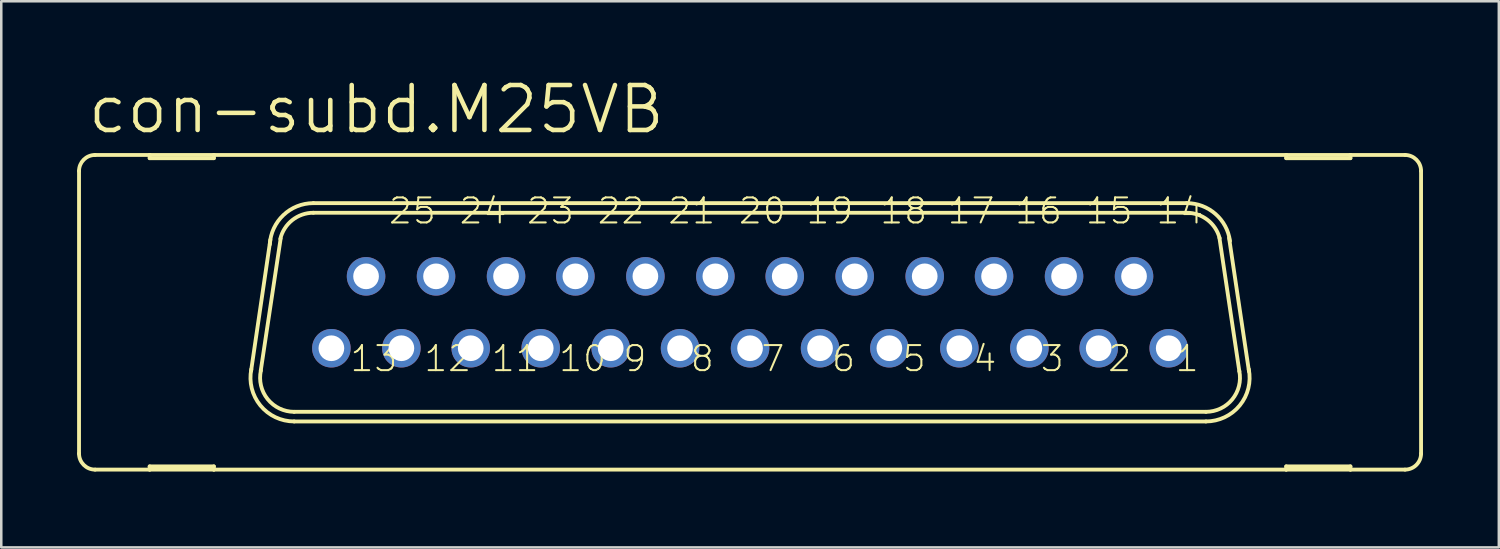
<source format=kicad_pcb>
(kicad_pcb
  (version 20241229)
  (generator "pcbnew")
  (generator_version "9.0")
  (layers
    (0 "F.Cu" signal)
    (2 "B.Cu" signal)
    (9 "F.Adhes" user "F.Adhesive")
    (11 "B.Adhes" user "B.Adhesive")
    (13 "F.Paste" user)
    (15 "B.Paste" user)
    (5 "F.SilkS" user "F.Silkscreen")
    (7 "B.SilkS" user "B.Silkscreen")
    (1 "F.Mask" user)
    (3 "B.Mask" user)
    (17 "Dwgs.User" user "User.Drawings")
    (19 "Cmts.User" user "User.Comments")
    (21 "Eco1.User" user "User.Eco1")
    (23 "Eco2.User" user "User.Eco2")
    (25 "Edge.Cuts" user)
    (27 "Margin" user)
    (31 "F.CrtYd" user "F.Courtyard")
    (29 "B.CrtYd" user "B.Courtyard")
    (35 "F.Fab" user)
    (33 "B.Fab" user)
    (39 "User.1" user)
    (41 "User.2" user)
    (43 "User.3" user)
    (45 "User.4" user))
  (footprint "con-subd.M25VB"
    (layer "F.Cu")
    (at 26.619 9.303)
    (property "Reference" "con-subd.M25VB" (at -26.289 -6.985 0) (layer "F.SilkS") (effects (font (size 1.778 1.778) (thickness 0.18)) (justify left bottom)))
    (attr through_hole)
    (fp_line (start -26.543 5.588) (end -26.543 -5.588) (stroke (width 0.152) (type default)) (layer "F.SilkS"))
    (fp_line (start -25.908 6.223) (end -23.749 6.223) (stroke (width 0.152) (type default)) (layer "F.SilkS"))
    (fp_line (start -23.749 -6.223) (end -25.908 -6.223) (stroke (width 0.152) (type default)) (layer "F.SilkS"))
    (fp_line (start -23.749 -6.096) (end -23.749 -6.223) (stroke (width 0.152) (type default)) (layer "F.SilkS"))
    (fp_line (start -23.749 6.096) (end -23.749 6.223) (stroke (width 0.152) (type default)) (layer "F.SilkS"))
    (fp_line (start -23.749 6.223) (end -21.209 6.223) (stroke (width 0.152) (type default)) (layer "F.SilkS"))
    (fp_line (start -21.209 -6.223) (end -23.749 -6.223) (stroke (width 0.152) (type default)) (layer "F.SilkS"))
    (fp_line (start -21.209 -6.223) (end -21.209 -6.096) (stroke (width 0.152) (type default)) (layer "F.SilkS"))
    (fp_line (start -21.209 -6.096) (end -23.749 -6.096) (stroke (width 0.152) (type default)) (layer "F.SilkS"))
    (fp_line (start -21.209 6.096) (end -23.749 6.096) (stroke (width 0.152) (type default)) (layer "F.SilkS"))
    (fp_line (start -21.209 6.223) (end -21.209 6.096) (stroke (width 0.152) (type default)) (layer "F.SilkS"))
    (fp_line (start -21.209 6.223) (end 21.209 6.223) (stroke (width 0.152) (type default)) (layer "F.SilkS"))
    (fp_line (start -19.736 2.311) (end -18.974 -2.87) (stroke (width 0.152) (type default)) (layer "F.SilkS"))
    (fp_line (start -19.355 2.311) (end -18.567 -2.921) (stroke (width 0.152) (type default)) (layer "F.SilkS"))
    (fp_line (start 17.272 -4.318) (end -17.272 -4.318) (stroke (width 0.152) (type default)) (layer "F.SilkS"))
    (fp_line (start 17.272 -3.937) (end -17.272 -3.937) (stroke (width 0.152) (type default)) (layer "F.SilkS"))
    (fp_line (start 18.034 3.937) (end -18.034 3.937) (stroke (width 0.152) (type default)) (layer "F.SilkS"))
    (fp_line (start 18.034 4.318) (end -18.034 4.318) (stroke (width 0.152) (type default)) (layer "F.SilkS"))
    (fp_line (start 18.567 -2.946) (end 19.355 2.337) (stroke (width 0.152) (type default)) (layer "F.SilkS"))
    (fp_line (start 18.948 -2.946) (end 19.736 2.337) (stroke (width 0.152) (type default)) (layer "F.SilkS"))
    (fp_line (start 21.209 -6.223) (end -21.209 -6.223) (stroke (width 0.152) (type default)) (layer "F.SilkS"))
    (fp_line (start 21.209 -6.096) (end 21.209 -6.223) (stroke (width 0.152) (type default)) (layer "F.SilkS"))
    (fp_line (start 21.209 6.096) (end 21.209 6.223) (stroke (width 0.152) (type default)) (layer "F.SilkS"))
    (fp_line (start 21.209 6.223) (end 23.749 6.223) (stroke (width 0.152) (type default)) (layer "F.SilkS"))
    (fp_line (start 23.749 -6.223) (end 21.209 -6.223) (stroke (width 0.152) (type default)) (layer "F.SilkS"))
    (fp_line (start 23.749 -6.223) (end 23.749 -6.096) (stroke (width 0.152) (type default)) (layer "F.SilkS"))
    (fp_line (start 23.749 -6.096) (end 21.209 -6.096) (stroke (width 0.152) (type default)) (layer "F.SilkS"))
    (fp_line (start 23.749 6.096) (end 21.209 6.096) (stroke (width 0.152) (type default)) (layer "F.SilkS"))
    (fp_line (start 23.749 6.223) (end 23.749 6.096) (stroke (width 0.152) (type default)) (layer "F.SilkS"))
    (fp_line (start 23.749 6.223) (end 25.908 6.223) (stroke (width 0.152) (type default)) (layer "F.SilkS"))
    (fp_line (start 25.908 -6.223) (end 23.749 -6.223) (stroke (width 0.152) (type default)) (layer "F.SilkS"))
    (fp_line (start 26.543 5.588) (end 26.543 -5.588) (stroke (width 0.152) (type default)) (layer "F.SilkS"))
    (fp_arc (start -26.543 -5.588) (mid -26.357013 -6.037013) (end -25.908 -6.223) (stroke (width 0.1524) (type default)) (layer "F.SilkS"))
    (fp_arc (start -25.908 6.223) (mid -26.357013 6.037013) (end -26.543 5.588) (stroke (width 0.1524) (type default)) (layer "F.SilkS"))
    (fp_arc (start -18.9963 -2.6849) (mid -18.459366 -3.844828) (end -17.272 -4.318) (stroke (width 0.1524) (type default)) (layer "F.SilkS"))
    (fp_arc (start -18.5807 -2.905) (mid -18.105256 -3.647874) (end -17.272 -3.937) (stroke (width 0.1524) (type default)) (layer "F.SilkS"))
    (fp_arc (start -18.034 3.937) (mid -19.082556 3.435184) (end -19.3495 2.3038) (stroke (width 0.1524) (type default)) (layer "F.SilkS"))
    (fp_arc (start -18.034 4.318) (mid -19.369812 3.685867) (end -19.728 2.2521) (stroke (width 0.1524) (type default)) (layer "F.SilkS"))
    (fp_arc (start 17.272 -4.318) (mid 18.409711 -3.890312) (end 18.984 -2.8191) (stroke (width 0.1524) (type default)) (layer "F.SilkS"))
    (fp_arc (start 17.272 -3.937) (mid 18.0955 -3.655746) (end 18.5749 -2.9295) (stroke (width 0.1524) (type default)) (layer "F.SilkS"))
    (fp_arc (start 19.3541 2.3268) (mid 19.075082 3.444284) (end 18.034 3.937) (stroke (width 0.1524) (type default)) (layer "F.SilkS"))
    (fp_arc (start 19.7277 2.2521) (mid 19.369717 3.685841) (end 18.034 4.318) (stroke (width 0.1524) (type default)) (layer "F.SilkS"))
    (fp_arc (start 25.908 -6.223) (mid 26.357013 -6.037013) (end 26.543 -5.588) (stroke (width 0.1524) (type default)) (layer "F.SilkS"))
    (fp_arc (start 26.543 5.588) (mid 26.357013 6.037013) (end 25.908 6.223) (stroke (width 0.1524) (type default)) (layer "F.SilkS"))
    (fp_circle (center -16.561 1.422) (end -16.307 1.422) (stroke (width 0.406) (type default)) (fill no) (layer "F.Fab"))
    (fp_circle (center -15.189 -1.422) (end -14.935 -1.422) (stroke (width 0.406) (type default)) (fill no) (layer "F.Fab"))
    (fp_circle (center -13.792 1.422) (end -13.538 1.422) (stroke (width 0.406) (type default)) (fill no) (layer "F.Fab"))
    (fp_circle (center -12.421 -1.422) (end -12.167 -1.422) (stroke (width 0.406) (type default)) (fill no) (layer "F.Fab"))
    (fp_circle (center -11.049 1.422) (end -10.795 1.422) (stroke (width 0.406) (type default)) (fill no) (layer "F.Fab"))
    (fp_circle (center -9.652 -1.422) (end -9.398 -1.422) (stroke (width 0.406) (type default)) (fill no) (layer "F.Fab"))
    (fp_circle (center -8.28 1.422) (end -8.026 1.422) (stroke (width 0.406) (type default)) (fill no) (layer "F.Fab"))
    (fp_circle (center -6.909 -1.422) (end -6.655 -1.422) (stroke (width 0.406) (type default)) (fill no) (layer "F.Fab"))
    (fp_circle (center -5.512 1.422) (end -5.258 1.422) (stroke (width 0.406) (type default)) (fill no) (layer "F.Fab"))
    (fp_circle (center -4.14 -1.422) (end -3.886 -1.422) (stroke (width 0.406) (type default)) (fill no) (layer "F.Fab"))
    (fp_circle (center -2.769 1.422) (end -2.515 1.422) (stroke (width 0.406) (type default)) (fill no) (layer "F.Fab"))
    (fp_circle (center -1.372 -1.422) (end -1.118 -1.422) (stroke (width 0.406) (type default)) (fill no) (layer "F.Fab"))
    (fp_circle (center 0 1.422) (end 0.254 1.422) (stroke (width 0.406) (type default)) (fill no) (layer "F.Fab"))
    (fp_circle (center 1.372 -1.422) (end 1.626 -1.422) (stroke (width 0.406) (type default)) (fill no) (layer "F.Fab"))
    (fp_circle (center 2.769 1.422) (end 3.023 1.422) (stroke (width 0.406) (type default)) (fill no) (layer "F.Fab"))
    (fp_circle (center 4.14 -1.422) (end 4.394 -1.422) (stroke (width 0.406) (type default)) (fill no) (layer "F.Fab"))
    (fp_circle (center 5.512 1.422) (end 5.766 1.422) (stroke (width 0.406) (type default)) (fill no) (layer "F.Fab"))
    (fp_circle (center 6.909 -1.422) (end 7.163 -1.422) (stroke (width 0.406) (type default)) (fill no) (layer "F.Fab"))
    (fp_circle (center 8.28 1.422) (end 8.534 1.422) (stroke (width 0.406) (type default)) (fill no) (layer "F.Fab"))
    (fp_circle (center 9.652 -1.422) (end 9.906 -1.422) (stroke (width 0.406) (type default)) (fill no) (layer "F.Fab"))
    (fp_circle (center 11.049 1.422) (end 11.303 1.422) (stroke (width 0.406) (type default)) (fill no) (layer "F.Fab"))
    (fp_circle (center 12.421 -1.422) (end 12.675 -1.422) (stroke (width 0.406) (type default)) (fill no) (layer "F.Fab"))
    (fp_circle (center 13.792 1.422) (end 14.046 1.422) (stroke (width 0.406) (type default)) (fill no) (layer "F.Fab"))
    (fp_circle (center 15.189 -1.422) (end 15.443 -1.422) (stroke (width 0.406) (type default)) (fill no) (layer "F.Fab"))
    (fp_circle (center 16.561 1.422) (end 16.815 1.422) (stroke (width 0.406) (type default)) (fill no) (layer "F.Fab"))
    (fp_text user "4" (at 8.763 2.413 180) (layer "F.SilkS") (effects (font (size 0.991 0.991) (thickness 0.08)) (justify left bottom)))
    (fp_text user "12" (at -12.954 2.413 180) (layer "F.SilkS") (effects (font (size 0.991 0.991) (thickness 0.08)) (justify left bottom)))
    (fp_text user "19" (at 2.159 -3.429 180) (layer "F.SilkS") (effects (font (size 0.991 0.991) (thickness 0.08)) (justify left bottom)))
    (fp_text user "7" (at 0.381 2.413 180) (layer "F.SilkS") (effects (font (size 0.991 0.991) (thickness 0.08)) (justify left bottom)))
    (fp_text user "17" (at 7.747 -3.429 180) (layer "F.SilkS") (effects (font (size 0.991 0.991) (thickness 0.08)) (justify left bottom)))
    (fp_text user "21" (at -3.302 -3.429 180) (layer "F.SilkS") (effects (font (size 0.991 0.991) (thickness 0.08)) (justify left bottom)))
    (fp_text user "3" (at 11.43 2.413 180) (layer "F.SilkS") (effects (font (size 0.991 0.991) (thickness 0.08)) (justify left bottom)))
    (fp_text user "8" (at -2.413 2.413 180) (layer "F.SilkS") (effects (font (size 0.991 0.991) (thickness 0.08)) (justify left bottom)))
    (fp_text user "20" (at -0.508 -3.429 180) (layer "F.SilkS") (effects (font (size 0.991 0.991) (thickness 0.08)) (justify left bottom)))
    (fp_text user "16" (at 10.414 -3.429 180) (layer "F.SilkS") (effects (font (size 0.991 0.991) (thickness 0.08)) (justify left bottom)))
    (fp_text user "10" (at -7.62 2.413 180) (layer "F.SilkS") (effects (font (size 0.991 0.991) (thickness 0.08)) (justify left bottom)))
    (fp_text user "25" (at -14.351 -3.429 180) (layer "F.SilkS") (effects (font (size 0.991 0.991) (thickness 0.08)) (justify left bottom)))
    (fp_text user "14" (at 16.002 -3.429 180) (layer "F.SilkS") (effects (font (size 0.991 0.991) (thickness 0.08)) (justify left bottom)))
    (fp_text user "5" (at 5.969 2.413 180) (layer "F.SilkS") (effects (font (size 0.991 0.991) (thickness 0.08)) (justify left bottom)))
    (fp_text user "2" (at 14.097 2.413 180) (layer "F.SilkS") (effects (font (size 0.991 0.991) (thickness 0.08)) (justify left bottom)))
    (fp_text user "6" (at 3.175 2.413 180) (layer "F.SilkS") (effects (font (size 0.991 0.991) (thickness 0.08)) (justify left bottom)))
    (fp_text user "13" (at -15.875 2.413 180) (layer "F.SilkS") (effects (font (size 0.991 0.991) (thickness 0.08)) (justify left bottom)))
    (fp_text user "23" (at -8.89 -3.429 180) (layer "F.SilkS") (effects (font (size 0.991 0.991) (thickness 0.08)) (justify left bottom)))
    (fp_text user "24" (at -11.557 -3.429 180) (layer "F.SilkS") (effects (font (size 0.991 0.991) (thickness 0.08)) (justify left bottom)))
    (fp_text user "15" (at 13.208 -3.429 180) (layer "F.SilkS") (effects (font (size 0.991 0.991) (thickness 0.08)) (justify left bottom)))
    (fp_text user "9" (at -5.08 2.413 180) (layer "F.SilkS") (effects (font (size 0.991 0.991) (thickness 0.08)) (justify left bottom)))
    (fp_text user "18" (at 5.08 -3.429 180) (layer "F.SilkS") (effects (font (size 0.991 0.991) (thickness 0.08)) (justify left bottom)))
    (fp_text user "11" (at -10.287 2.413 180) (layer "F.SilkS") (effects (font (size 0.991 0.991) (thickness 0.08)) (justify left bottom)))
    (fp_text user "22" (at -6.096 -3.429 180) (layer "F.SilkS") (effects (font (size 0.991 0.991) (thickness 0.08)) (justify left bottom)))
    (fp_text user "1" (at 16.764 2.413 180) (layer "F.SilkS") (effects (font (size 0.991 0.991) (thickness 0.08)) (justify left bottom)))
    (pad "1" thru_hole circle (at 16.561 1.422) (size 1.524 1.524) (drill 1.016) (layers "*.Cu" "*.Mask"))
    (pad "2" thru_hole circle (at 13.792 1.422) (size 1.524 1.524) (drill 1.016) (layers "*.Cu" "*.Mask"))
    (pad "3" thru_hole circle (at 11.049 1.422) (size 1.524 1.524) (drill 1.016) (layers "*.Cu" "*.Mask"))
    (pad "4" thru_hole circle (at 8.28 1.422) (size 1.524 1.524) (drill 1.016) (layers "*.Cu" "*.Mask"))
    (pad "5" thru_hole circle (at 5.512 1.422) (size 1.524 1.524) (drill 1.016) (layers "*.Cu" "*.Mask"))
    (pad "6" thru_hole circle (at 2.769 1.422) (size 1.524 1.524) (drill 1.016) (layers "*.Cu" "*.Mask"))
    (pad "7" thru_hole circle (at 0 1.422) (size 1.524 1.524) (drill 1.016) (layers "*.Cu" "*.Mask"))
    (pad "8" thru_hole circle (at -2.769 1.422) (size 1.524 1.524) (drill 1.016) (layers "*.Cu" "*.Mask"))
    (pad "9" thru_hole circle (at -5.512 1.422) (size 1.524 1.524) (drill 1.016) (layers "*.Cu" "*.Mask"))
    (pad "10" thru_hole circle (at -8.28 1.422) (size 1.524 1.524) (drill 1.016) (layers "*.Cu" "*.Mask"))
    (pad "11" thru_hole circle (at -11.049 1.422) (size 1.524 1.524) (drill 1.016) (layers "*.Cu" "*.Mask"))
    (pad "12" thru_hole circle (at -13.792 1.422) (size 1.524 1.524) (drill 1.016) (layers "*.Cu" "*.Mask"))
    (pad "13" thru_hole circle (at -16.561 1.422) (size 1.524 1.524) (drill 1.016) (layers "*.Cu" "*.Mask"))
    (pad "14" thru_hole circle (at 15.189 -1.422) (size 1.524 1.524) (drill 1.016) (layers "*.Cu" "*.Mask"))
    (pad "15" thru_hole circle (at 12.421 -1.422) (size 1.524 1.524) (drill 1.016) (layers "*.Cu" "*.Mask"))
    (pad "16" thru_hole circle (at 9.652 -1.422) (size 1.524 1.524) (drill 1.016) (layers "*.Cu" "*.Mask"))
    (pad "17" thru_hole circle (at 6.909 -1.422) (size 1.524 1.524) (drill 1.016) (layers "*.Cu" "*.Mask"))
    (pad "18" thru_hole circle (at 4.14 -1.422) (size 1.524 1.524) (drill 1.016) (layers "*.Cu" "*.Mask"))
    (pad "19" thru_hole circle (at 1.372 -1.422) (size 1.524 1.524) (drill 1.016) (layers "*.Cu" "*.Mask"))
    (pad "20" thru_hole circle (at -1.372 -1.422) (size 1.524 1.524) (drill 1.016) (layers "*.Cu" "*.Mask"))
    (pad "21" thru_hole circle (at -4.14 -1.422) (size 1.524 1.524) (drill 1.016) (layers "*.Cu" "*.Mask"))
    (pad "22" thru_hole circle (at -6.909 -1.422) (size 1.524 1.524) (drill 1.016) (layers "*.Cu" "*.Mask"))
    (pad "23" thru_hole circle (at -9.652 -1.422) (size 1.524 1.524) (drill 1.016) (layers "*.Cu" "*.Mask"))
    (pad "24" thru_hole circle (at -12.421 -1.422) (size 1.524 1.524) (drill 1.016) (layers "*.Cu" "*.Mask"))
    (pad "25" thru_hole circle (at -15.189 -1.422) (size 1.524 1.524) (drill 1.016) (layers "*.Cu" "*.Mask")))
  (gr_rect
    (start -3 -3)
    (end 56.238 18.602)
    (stroke (width 0.1) (type default))
    (fill no)
    (layer "Edge.Cuts")))
</source>
